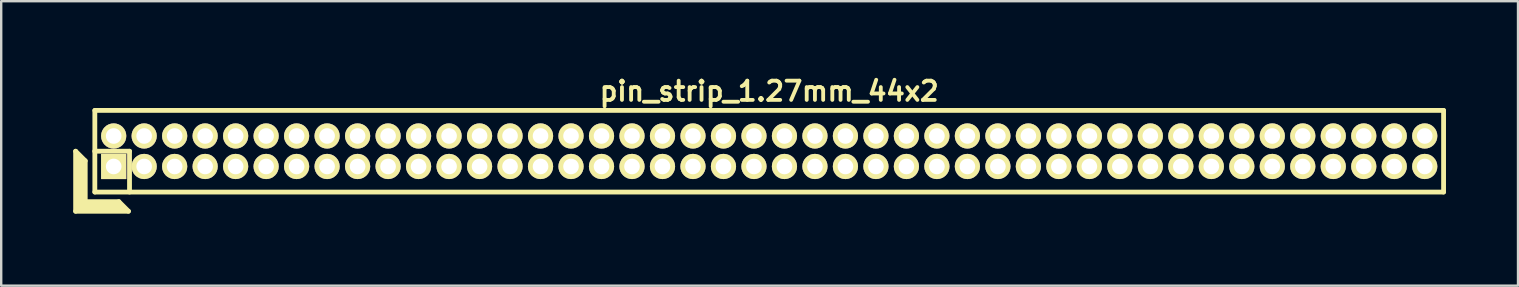
<source format=kicad_pcb>
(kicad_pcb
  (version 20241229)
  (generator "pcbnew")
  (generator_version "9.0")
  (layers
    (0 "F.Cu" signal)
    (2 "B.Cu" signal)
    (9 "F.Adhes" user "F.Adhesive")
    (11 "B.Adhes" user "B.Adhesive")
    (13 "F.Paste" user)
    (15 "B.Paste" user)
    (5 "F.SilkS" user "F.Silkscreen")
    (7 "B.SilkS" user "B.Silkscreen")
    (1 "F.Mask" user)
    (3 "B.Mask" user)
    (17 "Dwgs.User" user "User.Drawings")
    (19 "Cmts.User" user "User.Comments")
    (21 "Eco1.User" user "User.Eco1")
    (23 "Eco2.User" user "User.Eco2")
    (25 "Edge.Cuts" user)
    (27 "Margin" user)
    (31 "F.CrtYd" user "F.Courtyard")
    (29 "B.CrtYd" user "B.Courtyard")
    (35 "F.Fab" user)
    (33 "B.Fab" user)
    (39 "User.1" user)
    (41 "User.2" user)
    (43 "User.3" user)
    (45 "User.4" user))
  (footprint "pin_strip_1.27mm_44x2"
    (layer "F.Cu")
    (at 28.99 3.249)
    (property "Reference" "pin_strip_1.27mm_44x2" (at 0 -2.5 0) (layer "F.SilkS") (effects (font (size 0.8 0.8) (thickness 0.16))))
    (attr through_hole)
    (fp_line (start -28.89 0) (end -28.89 2.5) (stroke (width 0.2) (type solid)) (layer "F.SilkS"))
    (fp_line (start -28.89 0) (end -28.49 0.4) (stroke (width 0.2) (type solid)) (layer "F.SilkS"))
    (fp_line (start -28.89 2.5) (end -26.69 2.5) (stroke (width 0.2) (type solid)) (layer "F.SilkS"))
    (fp_line (start -28.79 2.4) (end -28.79 0.2) (stroke (width 0.2) (type solid)) (layer "F.SilkS"))
    (fp_line (start -28.79 2.4) (end -26.89 2.4) (stroke (width 0.2) (type solid)) (layer "F.SilkS"))
    (fp_line (start -28.69 2.3) (end -28.69 0.3) (stroke (width 0.2) (type solid)) (layer "F.SilkS"))
    (fp_line (start -28.69 2.3) (end -26.99 2.3) (stroke (width 0.2) (type solid)) (layer "F.SilkS"))
    (fp_line (start -28.59 2.2) (end -28.59 0.4) (stroke (width 0.2) (type solid)) (layer "F.SilkS"))
    (fp_line (start -28.59 2.2) (end -27.09 2.2) (stroke (width 0.2) (type solid)) (layer "F.SilkS"))
    (fp_line (start -28.49 2.1) (end -28.49 0.4) (stroke (width 0.2) (type solid)) (layer "F.SilkS"))
    (fp_line (start -28.49 2.1) (end -27.09 2.1) (stroke (width 0.2) (type solid)) (layer "F.SilkS"))
    (fp_line (start -28.095 0) (end -26.645 0) (stroke (width 0.2) (type solid)) (layer "F.SilkS"))
    (fp_line (start -28.09 -1.7) (end 28.09 -1.7) (stroke (width 0.2) (type solid)) (layer "F.SilkS"))
    (fp_line (start -28.09 1.7) (end -28.09 -1.7) (stroke (width 0.2) (type solid)) (layer "F.SilkS"))
    (fp_line (start -27.09 2.1) (end -26.69 2.5) (stroke (width 0.2) (type solid)) (layer "F.SilkS"))
    (fp_line (start -26.645 0) (end -26.645 1.7) (stroke (width 0.2) (type solid)) (layer "F.SilkS"))
    (fp_line (start 28.09 -1.7) (end 28.09 1.7) (stroke (width 0.2) (type solid)) (layer "F.SilkS"))
    (fp_line (start 28.09 1.7) (end -28.09 1.7) (stroke (width 0.2) (type solid)) (layer "F.SilkS"))
    (pad "1" thru_hole rect (at -27.305 0.635) (size 1.05 1.05) (drill 0.65) (layers "*.Cu" "*.Mask" "F.SilkS"))
    (pad "2" thru_hole oval (at -27.305 -0.635) (size 1.05 1.05) (drill 0.65) (layers "*.Cu" "*.Mask" "F.SilkS"))
    (pad "3" thru_hole oval (at -26.035 0.635) (size 1.05 1.05) (drill 0.65) (layers "*.Cu" "*.Mask" "F.SilkS"))
    (pad "4" thru_hole oval (at -26.035 -0.635) (size 1.05 1.05) (drill 0.65) (layers "*.Cu" "*.Mask" "F.SilkS"))
    (pad "5" thru_hole oval (at -24.765 0.635) (size 1.05 1.05) (drill 0.65) (layers "*.Cu" "*.Mask" "F.SilkS"))
    (pad "6" thru_hole oval (at -24.765 -0.635) (size 1.05 1.05) (drill 0.65) (layers "*.Cu" "*.Mask" "F.SilkS"))
    (pad "7" thru_hole oval (at -23.495 0.635) (size 1.05 1.05) (drill 0.65) (layers "*.Cu" "*.Mask" "F.SilkS"))
    (pad "8" thru_hole oval (at -23.495 -0.635) (size 1.05 1.05) (drill 0.65) (layers "*.Cu" "*.Mask" "F.SilkS"))
    (pad "9" thru_hole oval (at -22.225 0.635) (size 1.05 1.05) (drill 0.65) (layers "*.Cu" "*.Mask" "F.SilkS"))
    (pad "10" thru_hole oval (at -22.225 -0.635) (size 1.05 1.05) (drill 0.65) (layers "*.Cu" "*.Mask" "F.SilkS"))
    (pad "11" thru_hole oval (at -20.955 0.635) (size 1.05 1.05) (drill 0.65) (layers "*.Cu" "*.Mask" "F.SilkS"))
    (pad "12" thru_hole oval (at -20.955 -0.635) (size 1.05 1.05) (drill 0.65) (layers "*.Cu" "*.Mask" "F.SilkS"))
    (pad "13" thru_hole oval (at -19.685 0.635) (size 1.05 1.05) (drill 0.65) (layers "*.Cu" "*.Mask" "F.SilkS"))
    (pad "14" thru_hole oval (at -19.685 -0.635) (size 1.05 1.05) (drill 0.65) (layers "*.Cu" "*.Mask" "F.SilkS"))
    (pad "15" thru_hole oval (at -18.415 0.635) (size 1.05 1.05) (drill 0.65) (layers "*.Cu" "*.Mask" "F.SilkS"))
    (pad "16" thru_hole oval (at -18.415 -0.635) (size 1.05 1.05) (drill 0.65) (layers "*.Cu" "*.Mask" "F.SilkS"))
    (pad "17" thru_hole oval (at -17.145 0.635) (size 1.05 1.05) (drill 0.65) (layers "*.Cu" "*.Mask" "F.SilkS"))
    (pad "18" thru_hole oval (at -17.145 -0.635) (size 1.05 1.05) (drill 0.65) (layers "*.Cu" "*.Mask" "F.SilkS"))
    (pad "19" thru_hole oval (at -15.875 0.635) (size 1.05 1.05) (drill 0.65) (layers "*.Cu" "*.Mask" "F.SilkS"))
    (pad "20" thru_hole oval (at -15.875 -0.635) (size 1.05 1.05) (drill 0.65) (layers "*.Cu" "*.Mask" "F.SilkS"))
    (pad "21" thru_hole oval (at -14.605 0.635) (size 1.05 1.05) (drill 0.65) (layers "*.Cu" "*.Mask" "F.SilkS"))
    (pad "22" thru_hole oval (at -14.605 -0.635) (size 1.05 1.05) (drill 0.65) (layers "*.Cu" "*.Mask" "F.SilkS"))
    (pad "23" thru_hole oval (at -13.335 0.635) (size 1.05 1.05) (drill 0.65) (layers "*.Cu" "*.Mask" "F.SilkS"))
    (pad "24" thru_hole oval (at -13.335 -0.635) (size 1.05 1.05) (drill 0.65) (layers "*.Cu" "*.Mask" "F.SilkS"))
    (pad "25" thru_hole oval (at -12.065 0.635) (size 1.05 1.05) (drill 0.65) (layers "*.Cu" "*.Mask" "F.SilkS"))
    (pad "26" thru_hole oval (at -12.065 -0.635) (size 1.05 1.05) (drill 0.65) (layers "*.Cu" "*.Mask" "F.SilkS"))
    (pad "27" thru_hole oval (at -10.795 0.635) (size 1.05 1.05) (drill 0.65) (layers "*.Cu" "*.Mask" "F.SilkS"))
    (pad "28" thru_hole oval (at -10.795 -0.635) (size 1.05 1.05) (drill 0.65) (layers "*.Cu" "*.Mask" "F.SilkS"))
    (pad "29" thru_hole oval (at -9.525 0.635) (size 1.05 1.05) (drill 0.65) (layers "*.Cu" "*.Mask" "F.SilkS"))
    (pad "30" thru_hole oval (at -9.525 -0.635) (size 1.05 1.05) (drill 0.65) (layers "*.Cu" "*.Mask" "F.SilkS"))
    (pad "31" thru_hole oval (at -8.255 0.635) (size 1.05 1.05) (drill 0.65) (layers "*.Cu" "*.Mask" "F.SilkS"))
    (pad "32" thru_hole oval (at -8.255 -0.635) (size 1.05 1.05) (drill 0.65) (layers "*.Cu" "*.Mask" "F.SilkS"))
    (pad "33" thru_hole oval (at -6.985 0.635) (size 1.05 1.05) (drill 0.65) (layers "*.Cu" "*.Mask" "F.SilkS"))
    (pad "34" thru_hole oval (at -6.985 -0.635) (size 1.05 1.05) (drill 0.65) (layers "*.Cu" "*.Mask" "F.SilkS"))
    (pad "35" thru_hole oval (at -5.715 0.635) (size 1.05 1.05) (drill 0.65) (layers "*.Cu" "*.Mask" "F.SilkS"))
    (pad "36" thru_hole oval (at -5.715 -0.635) (size 1.05 1.05) (drill 0.65) (layers "*.Cu" "*.Mask" "F.SilkS"))
    (pad "37" thru_hole oval (at -4.445 0.635) (size 1.05 1.05) (drill 0.65) (layers "*.Cu" "*.Mask" "F.SilkS"))
    (pad "38" thru_hole oval (at -4.445 -0.635) (size 1.05 1.05) (drill 0.65) (layers "*.Cu" "*.Mask" "F.SilkS"))
    (pad "39" thru_hole oval (at -3.175 0.635) (size 1.05 1.05) (drill 0.65) (layers "*.Cu" "*.Mask" "F.SilkS"))
    (pad "40" thru_hole oval (at -3.175 -0.635) (size 1.05 1.05) (drill 0.65) (layers "*.Cu" "*.Mask" "F.SilkS"))
    (pad "41" thru_hole oval (at -1.905 0.635) (size 1.05 1.05) (drill 0.65) (layers "*.Cu" "*.Mask" "F.SilkS"))
    (pad "42" thru_hole oval (at -1.905 -0.635) (size 1.05 1.05) (drill 0.65) (layers "*.Cu" "*.Mask" "F.SilkS"))
    (pad "43" thru_hole oval (at -0.635 0.635) (size 1.05 1.05) (drill 0.65) (layers "*.Cu" "*.Mask" "F.SilkS"))
    (pad "44" thru_hole oval (at -0.635 -0.635) (size 1.05 1.05) (drill 0.65) (layers "*.Cu" "*.Mask" "F.SilkS"))
    (pad "45" thru_hole oval (at 0.635 0.635) (size 1.05 1.05) (drill 0.65) (layers "*.Cu" "*.Mask" "F.SilkS"))
    (pad "46" thru_hole oval (at 0.635 -0.635) (size 1.05 1.05) (drill 0.65) (layers "*.Cu" "*.Mask" "F.SilkS"))
    (pad "47" thru_hole oval (at 1.905 0.635) (size 1.05 1.05) (drill 0.65) (layers "*.Cu" "*.Mask" "F.SilkS"))
    (pad "48" thru_hole oval (at 1.905 -0.635) (size 1.05 1.05) (drill 0.65) (layers "*.Cu" "*.Mask" "F.SilkS"))
    (pad "49" thru_hole oval (at 3.175 0.635) (size 1.05 1.05) (drill 0.65) (layers "*.Cu" "*.Mask" "F.SilkS"))
    (pad "50" thru_hole oval (at 3.175 -0.635) (size 1.05 1.05) (drill 0.65) (layers "*.Cu" "*.Mask" "F.SilkS"))
    (pad "51" thru_hole circle (at 4.445 0.635) (size 1.05 1.05) (drill 0.65) (layers "*.Cu" "*.Mask" "F.SilkS"))
    (pad "52" thru_hole oval (at 4.445 -0.635) (size 1.05 1.05) (drill 0.65) (layers "*.Cu" "*.Mask" "F.SilkS"))
    (pad "53" thru_hole oval (at 5.715 0.635) (size 1.05 1.05) (drill 0.65) (layers "*.Cu" "*.Mask" "F.SilkS"))
    (pad "54" thru_hole oval (at 5.715 -0.635) (size 1.05 1.05) (drill 0.65) (layers "*.Cu" "*.Mask" "F.SilkS"))
    (pad "55" thru_hole oval (at 6.985 0.635) (size 1.05 1.05) (drill 0.65) (layers "*.Cu" "*.Mask" "F.SilkS"))
    (pad "56" thru_hole oval (at 6.985 -0.635) (size 1.05 1.05) (drill 0.65) (layers "*.Cu" "*.Mask" "F.SilkS"))
    (pad "57" thru_hole oval (at 8.255 0.635) (size 1.05 1.05) (drill 0.65) (layers "*.Cu" "*.Mask" "F.SilkS"))
    (pad "58" thru_hole oval (at 8.255 -0.635) (size 1.05 1.05) (drill 0.65) (layers "*.Cu" "*.Mask" "F.SilkS"))
    (pad "59" thru_hole oval (at 9.525 0.635) (size 1.05 1.05) (drill 0.65) (layers "*.Cu" "*.Mask" "F.SilkS"))
    (pad "60" thru_hole oval (at 9.525 -0.635) (size 1.05 1.05) (drill 0.65) (layers "*.Cu" "*.Mask" "F.SilkS"))
    (pad "61" thru_hole oval (at 10.795 0.635) (size 1.05 1.05) (drill 0.65) (layers "*.Cu" "*.Mask" "F.SilkS"))
    (pad "62" thru_hole oval (at 10.795 -0.635) (size 1.05 1.05) (drill 0.65) (layers "*.Cu" "*.Mask" "F.SilkS"))
    (pad "63" thru_hole oval (at 12.065 0.635) (size 1.05 1.05) (drill 0.65) (layers "*.Cu" "*.Mask" "F.SilkS"))
    (pad "64" thru_hole oval (at 12.065 -0.635) (size 1.05 1.05) (drill 0.65) (layers "*.Cu" "*.Mask" "F.SilkS"))
    (pad "65" thru_hole oval (at 13.335 0.635) (size 1.05 1.05) (drill 0.65) (layers "*.Cu" "*.Mask" "F.SilkS"))
    (pad "66" thru_hole oval (at 13.335 -0.635) (size 1.05 1.05) (drill 0.65) (layers "*.Cu" "*.Mask" "F.SilkS"))
    (pad "67" thru_hole oval (at 14.605 0.635) (size 1.05 1.05) (drill 0.65) (layers "*.Cu" "*.Mask" "F.SilkS"))
    (pad "68" thru_hole oval (at 14.605 -0.635) (size 1.05 1.05) (drill 0.65) (layers "*.Cu" "*.Mask" "F.SilkS"))
    (pad "69" thru_hole oval (at 15.875 0.635) (size 1.05 1.05) (drill 0.65) (layers "*.Cu" "*.Mask" "F.SilkS"))
    (pad "70" thru_hole oval (at 15.875 -0.635) (size 1.05 1.05) (drill 0.65) (layers "*.Cu" "*.Mask" "F.SilkS"))
    (pad "71" thru_hole oval (at 17.145 0.635) (size 1.05 1.05) (drill 0.65) (layers "*.Cu" "*.Mask" "F.SilkS"))
    (pad "72" thru_hole oval (at 17.145 -0.635) (size 1.05 1.05) (drill 0.65) (layers "*.Cu" "*.Mask" "F.SilkS"))
    (pad "73" thru_hole oval (at 18.415 0.635) (size 1.05 1.05) (drill 0.65) (layers "*.Cu" "*.Mask" "F.SilkS"))
    (pad "74" thru_hole oval (at 18.415 -0.635) (size 1.05 1.05) (drill 0.65) (layers "*.Cu" "*.Mask" "F.SilkS"))
    (pad "75" thru_hole oval (at 19.685 0.635) (size 1.05 1.05) (drill 0.65) (layers "*.Cu" "*.Mask" "F.SilkS"))
    (pad "76" thru_hole oval (at 19.685 -0.635) (size 1.05 1.05) (drill 0.65) (layers "*.Cu" "*.Mask" "F.SilkS"))
    (pad "77" thru_hole oval (at 20.955 0.635) (size 1.05 1.05) (drill 0.65) (layers "*.Cu" "*.Mask" "F.SilkS"))
    (pad "78" thru_hole oval (at 20.955 -0.635) (size 1.05 1.05) (drill 0.65) (layers "*.Cu" "*.Mask" "F.SilkS"))
    (pad "79" thru_hole oval (at 22.225 0.635) (size 1.05 1.05) (drill 0.65) (layers "*.Cu" "*.Mask" "F.SilkS"))
    (pad "80" thru_hole oval (at 22.225 -0.635) (size 1.05 1.05) (drill 0.65) (layers "*.Cu" "*.Mask" "F.SilkS"))
    (pad "81" thru_hole oval (at 23.495 0.635) (size 1.05 1.05) (drill 0.65) (layers "*.Cu" "*.Mask" "F.SilkS"))
    (pad "82" thru_hole oval (at 23.495 -0.635) (size 1.05 1.05) (drill 0.65) (layers "*.Cu" "*.Mask" "F.SilkS"))
    (pad "83" thru_hole oval (at 24.765 0.635) (size 1.05 1.05) (drill 0.65) (layers "*.Cu" "*.Mask" "F.SilkS"))
    (pad "84" thru_hole oval (at 24.765 -0.635) (size 1.05 1.05) (drill 0.65) (layers "*.Cu" "*.Mask" "F.SilkS"))
    (pad "85" thru_hole oval (at 26.035 0.635) (size 1.05 1.05) (drill 0.65) (layers "*.Cu" "*.Mask" "F.SilkS"))
    (pad "86" thru_hole oval (at 26.035 -0.635) (size 1.05 1.05) (drill 0.65) (layers "*.Cu" "*.Mask" "F.SilkS"))
    (pad "87" thru_hole oval (at 27.305 0.635) (size 1.05 1.05) (drill 0.65) (layers "*.Cu" "*.Mask" "F.SilkS"))
    (pad "88" thru_hole oval (at 27.305 -0.635) (size 1.05 1.05) (drill 0.65) (layers "*.Cu" "*.Mask" "F.SilkS")))
  (gr_rect
    (start -3 -3)
    (end 60.18 8.849)
    (stroke (width 0.1) (type default))
    (fill no)
    (layer "Edge.Cuts")))
</source>
